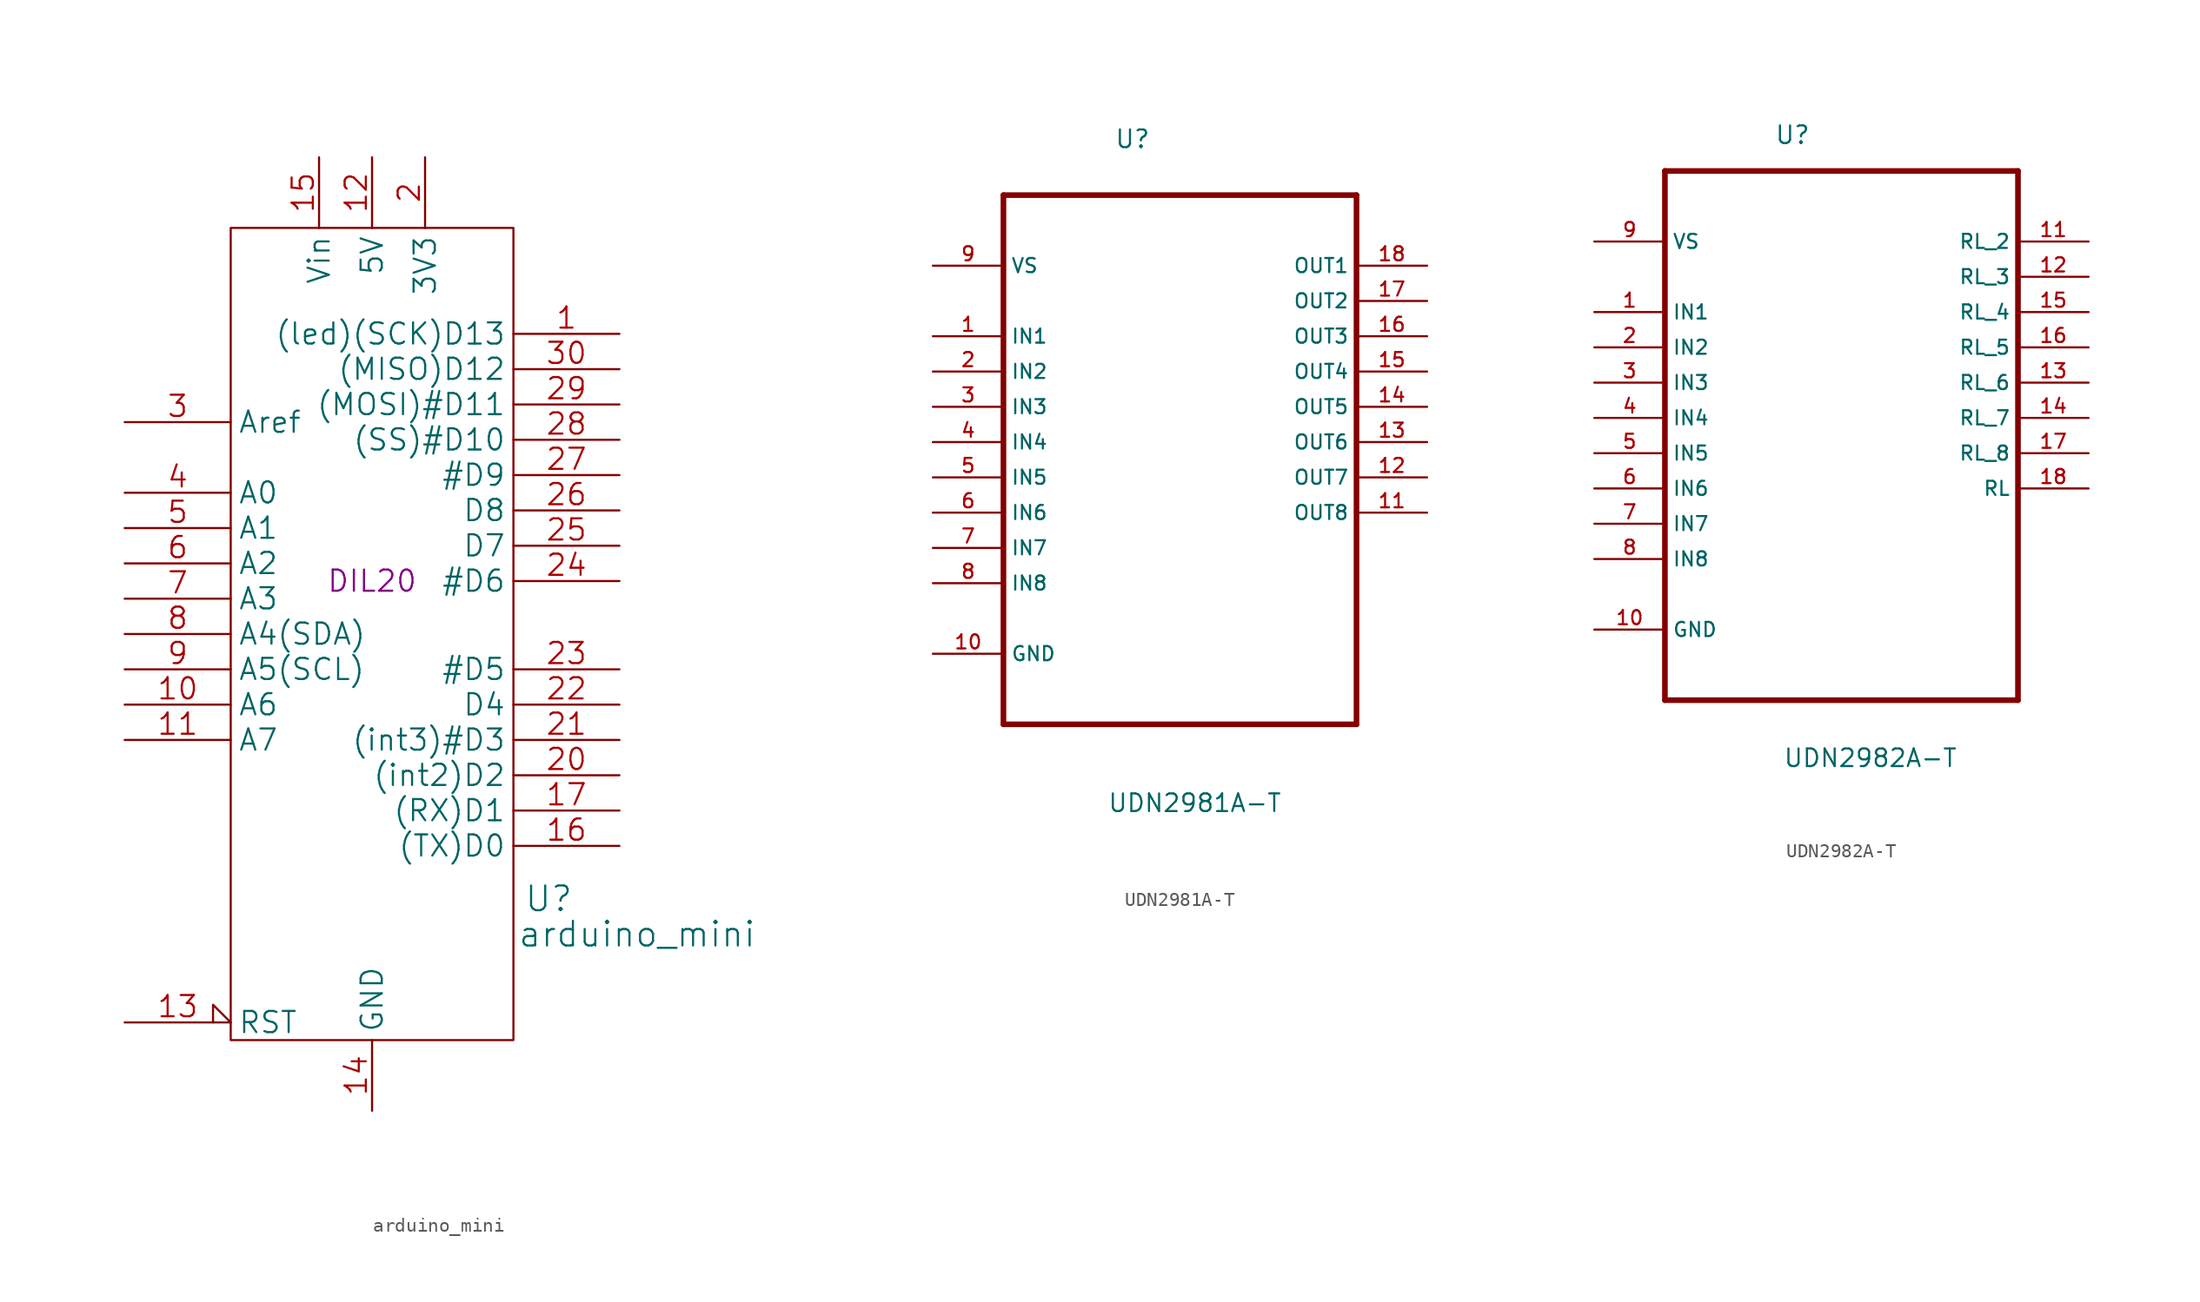
<source format=kicad_sym>
(kicad_symbol_lib
  (version 20201005)
  (generator kicad_symbol_editor)
  (symbol "Zimprich_neu:arduino_mini"
    (property "Reference" "U"
      (at 12.7 -24.13 0)
      (effects (font (size 1.778 1.778))))
    (property "Value" "arduino_mini"
      (at 19.05 -26.67 0)
      (effects (font (size 1.778 1.778))))
    (property "Footprint" "DIL20"
      (at 0 -1.27 0)
      (effects (font (size 1.524 1.524))))
    (symbol "arduino_mini_0_1"
      (rectangle (start -10.16 24.13) (end 10.16 -34.29) (stroke (width 0)) (fill (type none))))
    (symbol "arduino_mini_0_0"
      (pin power_in line (at 0 -39.37 90) (length 5.08) (name "GND" (effects (font (size 1.524 1.524)))) (number "14" (effects (font (size 1.524 1.524)))))
      (pin power_in line (at -3.81 29.21 270) (length 5.08) (name "Vin" (effects (font (size 1.524 1.524)))) (number "15" (effects (font (size 1.524 1.524))))))
    (symbol "arduino_mini_1_1"
      (pin input line (at 17.78 16.51 180) (length 7.62) (name "(led)(SCK)D13" (effects (font (size 1.524 1.524)))) (number "1" (effects (font (size 1.524 1.524)))))
      (pin bidirectional line (at -17.78 -10.16 0) (length 7.62) (name "A6" (effects (font (size 1.524 1.524)))) (number "10" (effects (font (size 1.524 1.524)))))
      (pin bidirectional line (at -17.78 -12.7 0) (length 7.62) (name "A7" (effects (font (size 1.524 1.524)))) (number "11" (effects (font (size 1.524 1.524)))))
      (pin power_out line (at 0 29.21 270) (length 5.08) (name "5V" (effects (font (size 1.524 1.524)))) (number "12" (effects (font (size 1.524 1.524)))))
      (pin input input_low (at -17.78 -33.02 0) (length 7.62) (name "RST" (effects (font (size 1.524 1.524)))) (number "13" (effects (font (size 1.524 1.524)))))
      (pin bidirectional line (at 17.78 -20.32 180) (length 7.62) (name "(TX)D0" (effects (font (size 1.524 1.524)))) (number "16" (effects (font (size 1.524 1.524)))))
      (pin bidirectional line (at 17.78 -17.78 180) (length 7.62) (name "(RX)D1" (effects (font (size 1.524 1.524)))) (number "17" (effects (font (size 1.524 1.524)))))
      (pin input input_low (at -17.78 -30.48 0) (length 7.62) hide (name "RST" (effects (font (size 1.524 1.524)))) (number "18" (effects (font (size 1.524 1.524)))))
      (pin power_in line (at 2.54 -39.37 90) (length 5.08) hide (name "GND" (effects (font (size 1.524 1.524)))) (number "19" (effects (font (size 1.524 1.524)))))
      (pin power_out line (at 3.81 29.21 270) (length 5.08) (name "3V3" (effects (font (size 1.524 1.524)))) (number "2" (effects (font (size 1.524 1.524)))))
      (pin bidirectional line (at 17.78 -15.24 180) (length 7.62) (name "(int2)D2" (effects (font (size 1.524 1.524)))) (number "20" (effects (font (size 1.524 1.524)))))
      (pin bidirectional line (at 17.78 -12.7 180) (length 7.62) (name "(int3)#D3" (effects (font (size 1.524 1.524)))) (number "21" (effects (font (size 1.524 1.524)))))
      (pin bidirectional line (at 17.78 -10.16 180) (length 7.62) (name "D4" (effects (font (size 1.524 1.524)))) (number "22" (effects (font (size 1.524 1.524)))))
      (pin bidirectional line (at 17.78 -7.62 180) (length 7.62) (name "#D5" (effects (font (size 1.524 1.524)))) (number "23" (effects (font (size 1.524 1.524)))))
      (pin bidirectional line (at 17.78 -1.27 180) (length 7.62) (name "#D6" (effects (font (size 1.524 1.524)))) (number "24" (effects (font (size 1.524 1.524)))))
      (pin bidirectional line (at 17.78 1.27 180) (length 7.62) (name "D7" (effects (font (size 1.524 1.524)))) (number "25" (effects (font (size 1.524 1.524)))))
      (pin bidirectional line (at 17.78 3.81 180) (length 7.62) (name "D8" (effects (font (size 1.524 1.524)))) (number "26" (effects (font (size 1.524 1.524)))))
      (pin bidirectional line (at 17.78 6.35 180) (length 7.62) (name "#D9" (effects (font (size 1.524 1.524)))) (number "27" (effects (font (size 1.524 1.524)))))
      (pin bidirectional line (at 17.78 8.89 180) (length 7.62) (name "(SS)#D10" (effects (font (size 1.524 1.524)))) (number "28" (effects (font (size 1.524 1.524)))))
      (pin bidirectional line (at 17.78 11.43 180) (length 7.62) (name "(MOSI)#D11" (effects (font (size 1.524 1.524)))) (number "29" (effects (font (size 1.524 1.524)))))
      (pin input line (at -17.78 10.16 0) (length 7.62) (name "Aref" (effects (font (size 1.524 1.524)))) (number "3" (effects (font (size 1.524 1.524)))))
      (pin bidirectional line (at 17.78 13.97 180) (length 7.62) (name "(MISO)D12" (effects (font (size 1.524 1.524)))) (number "30" (effects (font (size 1.524 1.524)))))
      (pin bidirectional line (at -17.78 5.08 0) (length 7.62) (name "A0" (effects (font (size 1.524 1.524)))) (number "4" (effects (font (size 1.524 1.524)))))
      (pin bidirectional line (at -17.78 2.54 0) (length 7.62) (name "A1" (effects (font (size 1.524 1.524)))) (number "5" (effects (font (size 1.524 1.524)))))
      (pin bidirectional line (at -17.78 0 0) (length 7.62) (name "A2" (effects (font (size 1.524 1.524)))) (number "6" (effects (font (size 1.524 1.524)))))
      (pin bidirectional line (at -17.78 -2.54 0) (length 7.62) (name "A3" (effects (font (size 1.524 1.524)))) (number "7" (effects (font (size 1.524 1.524)))))
      (pin bidirectional line (at -17.78 -5.08 0) (length 7.62) (name "A4(SDA)" (effects (font (size 1.524 1.524)))) (number "8" (effects (font (size 1.524 1.524)))))
      (pin bidirectional line (at -17.78 -7.62 0) (length 7.62) (name "A5(SCL)" (effects (font (size 1.524 1.524)))) (number "9" (effects (font (size 1.524 1.524)))))))
  (symbol "Zimprich_neu:UDN2981A-T"
    (property "Reference" "U"
      (at -4.724 19.279 0)
      (effects (font (size 1.27 1.27)) (justify left)))
    (property "Value" "UDN2981A-T"
      (at -5.232 -28.524 0)
      (effects (font (size 1.27 1.27)) (justify left)))
    (property "ki_locked" ""
      (at 0 0 0)
      (effects (font (size 1.27 1.27))))
    (symbol "UDN2981A-T_0_0"
      (polyline (pts (xy -12.7 -22.86) (xy 12.7 -22.86)) (stroke (width 0.406)) (fill (type none)))
      (polyline (pts (xy -12.7 15.24) (xy -12.7 -22.86)) (stroke (width 0.406)) (fill (type none)))
      (polyline (pts (xy 12.7 -22.86) (xy 12.7 15.24)) (stroke (width 0.406)) (fill (type none)))
      (polyline (pts (xy 12.7 15.24) (xy -12.7 15.24)) (stroke (width 0.406)) (fill (type none)))
      (pin input line (at -17.78 5.08 0) (length 5.08) (name "IN1" (effects (font (size 1.016 1.016)))) (number "1" (effects (font (size 1.016 1.016)))))
      (pin passive line (at -17.78 -17.78 0) (length 5.08) (name "GND" (effects (font (size 1.016 1.016)))) (number "10" (effects (font (size 1.016 1.016)))))
      (pin output line (at 17.78 -7.62 180) (length 5.08) (name "OUT8" (effects (font (size 1.016 1.016)))) (number "11" (effects (font (size 1.016 1.016)))))
      (pin output line (at 17.78 -5.08 180) (length 5.08) (name "OUT7" (effects (font (size 1.016 1.016)))) (number "12" (effects (font (size 1.016 1.016)))))
      (pin output line (at 17.78 -2.54 180) (length 5.08) (name "OUT6" (effects (font (size 1.016 1.016)))) (number "13" (effects (font (size 1.016 1.016)))))
      (pin output line (at 17.78 0 180) (length 5.08) (name "OUT5" (effects (font (size 1.016 1.016)))) (number "14" (effects (font (size 1.016 1.016)))))
      (pin output line (at 17.78 2.54 180) (length 5.08) (name "OUT4" (effects (font (size 1.016 1.016)))) (number "15" (effects (font (size 1.016 1.016)))))
      (pin output line (at 17.78 5.08 180) (length 5.08) (name "OUT3" (effects (font (size 1.016 1.016)))) (number "16" (effects (font (size 1.016 1.016)))))
      (pin output line (at 17.78 7.62 180) (length 5.08) (name "OUT2" (effects (font (size 1.016 1.016)))) (number "17" (effects (font (size 1.016 1.016)))))
      (pin output line (at 17.78 10.16 180) (length 5.08) (name "OUT1" (effects (font (size 1.016 1.016)))) (number "18" (effects (font (size 1.016 1.016)))))
      (pin input line (at -17.78 2.54 0) (length 5.08) (name "IN2" (effects (font (size 1.016 1.016)))) (number "2" (effects (font (size 1.016 1.016)))))
      (pin input line (at -17.78 0 0) (length 5.08) (name "IN3" (effects (font (size 1.016 1.016)))) (number "3" (effects (font (size 1.016 1.016)))))
      (pin input line (at -17.78 -2.54 0) (length 5.08) (name "IN4" (effects (font (size 1.016 1.016)))) (number "4" (effects (font (size 1.016 1.016)))))
      (pin input line (at -17.78 -5.08 0) (length 5.08) (name "IN5" (effects (font (size 1.016 1.016)))) (number "5" (effects (font (size 1.016 1.016)))))
      (pin input line (at -17.78 -7.62 0) (length 5.08) (name "IN6" (effects (font (size 1.016 1.016)))) (number "6" (effects (font (size 1.016 1.016)))))
      (pin input line (at -17.78 -10.16 0) (length 5.08) (name "IN7" (effects (font (size 1.016 1.016)))) (number "7" (effects (font (size 1.016 1.016)))))
      (pin input line (at -17.78 -12.7 0) (length 5.08) (name "IN8" (effects (font (size 1.016 1.016)))) (number "8" (effects (font (size 1.016 1.016)))))
      (pin input line (at -17.78 10.16 0) (length 5.08) (name "VS" (effects (font (size 1.016 1.016)))) (number "9" (effects (font (size 1.016 1.016)))))))
  (symbol "Zimprich_neu:UDN2982A-T"
    (property "Reference" "U"
      (at -4.826 17.831 0)
      (effects (font (size 1.27 1.27)) (justify left)))
    (property "Value" "UDN2982A-T"
      (at -4.216 -27.026 0)
      (effects (font (size 1.27 1.27)) (justify left)))
    (property "ki_locked" ""
      (at 0 0 0)
      (effects (font (size 1.27 1.27))))
    (symbol "UDN2982A-T_0_0"
      (polyline (pts (xy -12.7 -22.86) (xy 12.7 -22.86)) (stroke (width 0.406)) (fill (type none)))
      (polyline (pts (xy -12.7 15.24) (xy -12.7 -22.86)) (stroke (width 0.406)) (fill (type none)))
      (polyline (pts (xy 12.7 -22.86) (xy 12.7 15.24)) (stroke (width 0.406)) (fill (type none)))
      (polyline (pts (xy 12.7 15.24) (xy -12.7 15.24)) (stroke (width 0.406)) (fill (type none)))
      (pin input line (at -17.78 5.08 0) (length 5.08) (name "IN1" (effects (font (size 1.016 1.016)))) (number "1" (effects (font (size 1.016 1.016)))))
      (pin passive line (at -17.78 -17.78 0) (length 5.08) (name "GND" (effects (font (size 1.016 1.016)))) (number "10" (effects (font (size 1.016 1.016)))))
      (pin passive line (at 17.78 10.16 180) (length 5.08) (name "RL_2" (effects (font (size 1.016 1.016)))) (number "11" (effects (font (size 1.016 1.016)))))
      (pin passive line (at 17.78 7.62 180) (length 5.08) (name "RL_3" (effects (font (size 1.016 1.016)))) (number "12" (effects (font (size 1.016 1.016)))))
      (pin passive line (at 17.78 0 180) (length 5.08) (name "RL_6" (effects (font (size 1.016 1.016)))) (number "13" (effects (font (size 1.016 1.016)))))
      (pin passive line (at 17.78 -2.54 180) (length 5.08) (name "RL_7" (effects (font (size 1.016 1.016)))) (number "14" (effects (font (size 1.016 1.016)))))
      (pin passive line (at 17.78 5.08 180) (length 5.08) (name "RL_4" (effects (font (size 1.016 1.016)))) (number "15" (effects (font (size 1.016 1.016)))))
      (pin passive line (at 17.78 2.54 180) (length 5.08) (name "RL_5" (effects (font (size 1.016 1.016)))) (number "16" (effects (font (size 1.016 1.016)))))
      (pin passive line (at 17.78 -5.08 180) (length 5.08) (name "RL_8" (effects (font (size 1.016 1.016)))) (number "17" (effects (font (size 1.016 1.016)))))
      (pin passive line (at 17.78 -7.62 180) (length 5.08) (name "RL" (effects (font (size 1.016 1.016)))) (number "18" (effects (font (size 1.016 1.016)))))
      (pin input line (at -17.78 2.54 0) (length 5.08) (name "IN2" (effects (font (size 1.016 1.016)))) (number "2" (effects (font (size 1.016 1.016)))))
      (pin input line (at -17.78 0 0) (length 5.08) (name "IN3" (effects (font (size 1.016 1.016)))) (number "3" (effects (font (size 1.016 1.016)))))
      (pin input line (at -17.78 -2.54 0) (length 5.08) (name "IN4" (effects (font (size 1.016 1.016)))) (number "4" (effects (font (size 1.016 1.016)))))
      (pin input line (at -17.78 -5.08 0) (length 5.08) (name "IN5" (effects (font (size 1.016 1.016)))) (number "5" (effects (font (size 1.016 1.016)))))
      (pin input line (at -17.78 -7.62 0) (length 5.08) (name "IN6" (effects (font (size 1.016 1.016)))) (number "6" (effects (font (size 1.016 1.016)))))
      (pin input line (at -17.78 -10.16 0) (length 5.08) (name "IN7" (effects (font (size 1.016 1.016)))) (number "7" (effects (font (size 1.016 1.016)))))
      (pin input line (at -17.78 -12.7 0) (length 5.08) (name "IN8" (effects (font (size 1.016 1.016)))) (number "8" (effects (font (size 1.016 1.016)))))
      (pin input line (at -17.78 10.16 0) (length 5.08) (name "VS" (effects (font (size 1.016 1.016)))) (number "9" (effects (font (size 1.016 1.016))))))))
</source>
